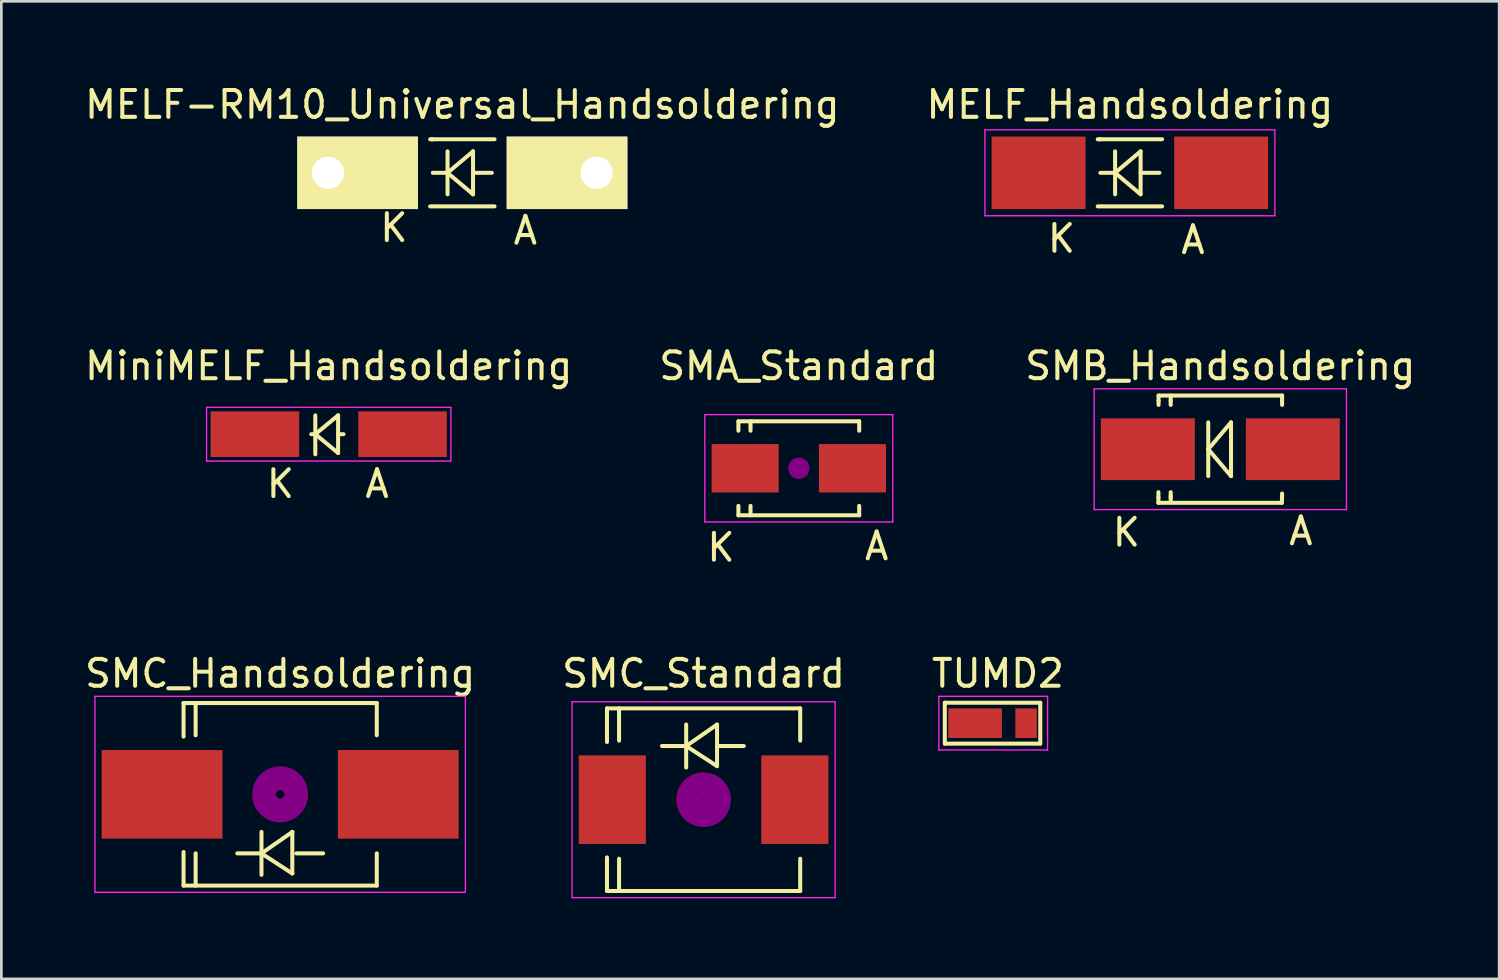
<source format=kicad_pcb>
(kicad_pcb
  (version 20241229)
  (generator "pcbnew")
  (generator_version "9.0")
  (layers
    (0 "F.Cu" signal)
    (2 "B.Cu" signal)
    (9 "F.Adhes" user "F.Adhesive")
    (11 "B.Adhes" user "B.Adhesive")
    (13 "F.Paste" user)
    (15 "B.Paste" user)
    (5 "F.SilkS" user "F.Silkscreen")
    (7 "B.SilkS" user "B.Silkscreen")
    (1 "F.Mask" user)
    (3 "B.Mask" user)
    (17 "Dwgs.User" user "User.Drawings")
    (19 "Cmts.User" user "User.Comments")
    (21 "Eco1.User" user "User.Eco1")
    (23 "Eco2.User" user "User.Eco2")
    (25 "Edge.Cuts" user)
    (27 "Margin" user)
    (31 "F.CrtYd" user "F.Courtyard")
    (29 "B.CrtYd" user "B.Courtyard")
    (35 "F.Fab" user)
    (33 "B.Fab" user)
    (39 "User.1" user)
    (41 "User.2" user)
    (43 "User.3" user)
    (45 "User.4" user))
  (footprint "SMC_Standard"
    (layer "F.Cu")
    (at 23.161 26.741)
    (property "Reference" "SMC_Standard" (at 0 -4.7 0) (layer "F.SilkS") (effects (font (size 1 1) (thickness 0.15))))
    (attr smd)
    (fp_line (start -3.599 -3.401) (end -3.599 -2.149) (stroke (width 0.15) (type solid)) (layer "F.SilkS"))
    (fp_line (start -3.599 -3.401) (end 3.599 -3.401) (stroke (width 0.15) (type solid)) (layer "F.SilkS"))
    (fp_line (start -3.599 3.401) (end -3.599 2.149) (stroke (width 0.15) (type solid)) (layer "F.SilkS"))
    (fp_line (start -3.599 3.401) (end 3.599 3.401) (stroke (width 0.15) (type solid)) (layer "F.SilkS"))
    (fp_line (start -3.149 -3.401) (end -3.149 -2.2) (stroke (width 0.15) (type solid)) (layer "F.SilkS"))
    (fp_line (start -3.149 3.401) (end -3.149 2.2) (stroke (width 0.15) (type solid)) (layer "F.SilkS"))
    (fp_line (start -0.649 -2.799) (end -0.649 -1.199) (stroke (width 0.15) (type solid)) (layer "F.SilkS"))
    (fp_line (start -0.649 -1.999) (end -1.551 -1.999) (stroke (width 0.15) (type solid)) (layer "F.SilkS"))
    (fp_line (start -0.649 -1.999) (end 0.501 -2.799) (stroke (width 0.15) (type solid)) (layer "F.SilkS"))
    (fp_line (start -0.649 -1.999) (end 0.501 -1.25) (stroke (width 0.15) (type solid)) (layer "F.SilkS"))
    (fp_line (start 0.501 -1.999) (end 1.499 -1.999) (stroke (width 0.15) (type solid)) (layer "F.SilkS"))
    (fp_line (start 0.501 -1.25) (end 0.501 -2.799) (stroke (width 0.15) (type solid)) (layer "F.SilkS"))
    (fp_line (start 3.599 -3.401) (end 3.599 -2.2) (stroke (width 0.15) (type solid)) (layer "F.SilkS"))
    (fp_line (start 3.599 3.401) (end 3.599 2.2) (stroke (width 0.15) (type solid)) (layer "F.SilkS"))
    (fp_circle (center 0 0) (end 0.15 0.15) (stroke (width 0.381) (type solid)) (fill no) (layer "F.Adhes"))
    (fp_circle (center 0 0) (end 0.45 0.201) (stroke (width 0.381) (type solid)) (fill no) (layer "F.Adhes"))
    (fp_circle (center 0 0) (end 0.749 0.351) (stroke (width 0.381) (type solid)) (fill no) (layer "F.Adhes"))
    (fp_line (start -4.9 -3.65) (end 4.9 -3.65) (stroke (width 0.05) (type solid)) (layer "F.CrtYd"))
    (fp_line (start -4.9 3.65) (end -4.9 -3.65) (stroke (width 0.05) (type solid)) (layer "F.CrtYd"))
    (fp_line (start 4.9 -3.65) (end 4.9 3.65) (stroke (width 0.05) (type solid)) (layer "F.CrtYd"))
    (fp_line (start 4.9 3.65) (end -4.9 3.65) (stroke (width 0.05) (type solid)) (layer "F.CrtYd"))
    (pad "1" smd rect (at -3.401 0 90) (size 3.299 2.499) (layers "F.Cu" "F.Mask" "F.Paste"))
    (pad "2" smd rect (at 3.401 0 90) (size 3.299 2.499) (layers "F.Cu" "F.Mask" "F.Paste")))
  (footprint "TUMD2"
    (layer "F.Cu")
    (at 34.125 23.891)
    (property "Reference" "TUMD2" (at 0 -1.85 0) (layer "F.SilkS") (effects (font (size 1 1) (thickness 0.15))))
    (attr smd)
    (fp_line (start -1.978 -0.762) (end 1.578 -0.762) (stroke (width 0.15) (type solid)) (layer "F.SilkS"))
    (fp_line (start -1.978 0.762) (end -1.978 -0.762) (stroke (width 0.15) (type solid)) (layer "F.SilkS"))
    (fp_line (start 1.578 -0.762) (end 1.578 0.762) (stroke (width 0.15) (type solid)) (layer "F.SilkS"))
    (fp_line (start 1.578 0.762) (end -1.978 0.762) (stroke (width 0.15) (type solid)) (layer "F.SilkS"))
    (fp_line (start -2.2 -1) (end 1.85 -1) (stroke (width 0.05) (type solid)) (layer "F.CrtYd"))
    (fp_line (start -2.2 1) (end -2.2 -1) (stroke (width 0.05) (type solid)) (layer "F.CrtYd"))
    (fp_line (start 1.85 -1) (end 1.85 1) (stroke (width 0.05) (type solid)) (layer "F.CrtYd"))
    (fp_line (start 1.85 1) (end -2.2 1) (stroke (width 0.05) (type solid)) (layer "F.CrtYd"))
    (pad "1" smd rect (at -0.85 0 180) (size 2 1.1) (layers "F.Cu" "F.Mask" "F.Paste"))
    (pad "2" smd rect (at 1.05 0 180) (size 0.8 1.1) (layers "F.Cu" "F.Mask" "F.Paste")))
  (footprint "SMA_Standard"
    (layer "F.Cu")
    (at 26.708 14.395)
    (property "Reference" "SMA_Standard" (at 0 -3.81 0) (layer "F.SilkS") (effects (font (size 1 1) (thickness 0.15))))
    (attr smd)
    (fp_line (start -2.25 -1.75) (end -2.25 -1.4) (stroke (width 0.15) (type solid)) (layer "F.SilkS"))
    (fp_line (start -2.25 -1.75) (end 2.25 -1.75) (stroke (width 0.15) (type solid)) (layer "F.SilkS"))
    (fp_line (start -2.25 1.75) (end -2.25 1.4) (stroke (width 0.15) (type solid)) (layer "F.SilkS"))
    (fp_line (start -2.25 1.75) (end 2.25 1.75) (stroke (width 0.15) (type solid)) (layer "F.SilkS"))
    (fp_line (start -1.799 -1.75) (end -1.799 -1.4) (stroke (width 0.15) (type solid)) (layer "F.SilkS"))
    (fp_line (start -1.799 1.75) (end -1.799 1.4) (stroke (width 0.15) (type solid)) (layer "F.SilkS"))
    (fp_line (start 2.25 -1.75) (end 2.25 -1.4) (stroke (width 0.15) (type solid)) (layer "F.SilkS"))
    (fp_line (start 2.25 1.75) (end 2.25 1.4) (stroke (width 0.15) (type solid)) (layer "F.SilkS"))
    (fp_circle (center 0 0) (end 0.201 -0.051) (stroke (width 0.381) (type solid)) (fill no) (layer "F.Adhes"))
    (fp_line (start -3.5 -2) (end 3.5 -2) (stroke (width 0.05) (type solid)) (layer "F.CrtYd"))
    (fp_line (start -3.5 2) (end -3.5 -2) (stroke (width 0.05) (type solid)) (layer "F.CrtYd"))
    (fp_line (start 3.5 -2) (end 3.5 2) (stroke (width 0.05) (type solid)) (layer "F.CrtYd"))
    (fp_line (start 3.5 2) (end -3.5 2) (stroke (width 0.05) (type solid)) (layer "F.CrtYd"))
    (fp_text user "A" (at 2.9 2.9 0) (layer "F.SilkS") (effects (font (size 1 1) (thickness 0.15))))
    (fp_text user "K" (at -2.9 2.95 0) (layer "F.SilkS") (effects (font (size 1 1) (thickness 0.15))))
    (pad "1" smd rect (at -1.999 0) (size 2.499 1.801) (layers "F.Cu" "F.Mask" "F.Paste"))
    (pad "2" smd rect (at 1.999 0) (size 2.499 1.801) (layers "F.Cu" "F.Mask" "F.Paste")))
  (footprint "MiniMELF_Handsoldering"
    (layer "F.Cu")
    (at 9.196 13.125)
    (property "Reference" "MiniMELF_Handsoldering" (at 0 -2.54 0) (layer "F.SilkS") (effects (font (size 1 1) (thickness 0.15))))
    (attr smd)
    (fp_line (start -0.5 0) (end -0.649 0) (stroke (width 0.15) (type solid)) (layer "F.SilkS"))
    (fp_line (start -0.5 0) (end -0.5 -0.701) (stroke (width 0.15) (type solid)) (layer "F.SilkS"))
    (fp_line (start -0.5 0) (end -0.5 0.749) (stroke (width 0.15) (type solid)) (layer "F.SilkS"))
    (fp_line (start -0.5 0) (end 0.349 -0.701) (stroke (width 0.15) (type solid)) (layer "F.SilkS"))
    (fp_line (start 0.349 -0.701) (end 0.349 0.701) (stroke (width 0.15) (type solid)) (layer "F.SilkS"))
    (fp_line (start 0.349 0) (end 0.549 0) (stroke (width 0.15) (type solid)) (layer "F.SilkS"))
    (fp_line (start 0.349 0.701) (end -0.5 0) (stroke (width 0.15) (type solid)) (layer "F.SilkS"))
    (fp_line (start -4.55 -1) (end 4.55 -1) (stroke (width 0.05) (type solid)) (layer "F.CrtYd"))
    (fp_line (start -4.55 1) (end -4.55 -1) (stroke (width 0.05) (type solid)) (layer "F.CrtYd"))
    (fp_line (start 4.55 -1) (end 4.55 1) (stroke (width 0.05) (type solid)) (layer "F.CrtYd"))
    (fp_line (start 4.55 1) (end -4.55 1) (stroke (width 0.05) (type solid)) (layer "F.CrtYd"))
    (fp_text user "K" (at -1.8 1.85 0) (layer "F.SilkS") (effects (font (size 1 1) (thickness 0.15))))
    (fp_text user "A" (at 1.8 1.85 0) (layer "F.SilkS") (effects (font (size 1 1) (thickness 0.15))))
    (pad "1" smd rect (at -2.751 0) (size 3.299 1.699) (layers "F.Cu" "F.Mask" "F.Paste"))
    (pad "2" smd rect (at 2.751 0) (size 3.299 1.699) (layers "F.Cu" "F.Mask" "F.Paste")))
  (footprint "SMB_Handsoldering"
    (layer "F.Cu")
    (at 42.411 13.685)
    (property "Reference" "SMB_Handsoldering" (at 0 -3.1 0) (layer "F.SilkS") (effects (font (size 1 1) (thickness 0.15))))
    (attr smd)
    (fp_line (start -2.306 1.8) (end -2.306 1.6) (stroke (width 0.15) (type solid)) (layer "F.SilkS"))
    (fp_line (start -2.306 1.996) (end -2.306 1.798) (stroke (width 0.15) (type solid)) (layer "F.SilkS"))
    (fp_line (start -2.306 1.996) (end 2.296 1.996) (stroke (width 0.15) (type solid)) (layer "F.SilkS"))
    (fp_line (start -2.301 -1.999) (end -2.301 -1.801) (stroke (width 0.15) (type solid)) (layer "F.SilkS"))
    (fp_line (start -2.301 -1.999) (end 2.301 -1.999) (stroke (width 0.15) (type solid)) (layer "F.SilkS"))
    (fp_line (start -2.301 -1.8) (end -2.301 -1.651) (stroke (width 0.15) (type solid)) (layer "F.SilkS"))
    (fp_line (start -1.849 -1.999) (end -1.849 -1.801) (stroke (width 0.15) (type solid)) (layer "F.SilkS"))
    (fp_line (start -1.849 -1.8) (end -1.849 -1.651) (stroke (width 0.15) (type solid)) (layer "F.SilkS"))
    (fp_line (start -1.849 1.8) (end -1.849 1.601) (stroke (width 0.15) (type solid)) (layer "F.SilkS"))
    (fp_line (start -1.849 1.949) (end -1.849 1.751) (stroke (width 0.15) (type solid)) (layer "F.SilkS"))
    (fp_line (start -0.45 0) (end -0.45 -1.001) (stroke (width 0.15) (type solid)) (layer "F.SilkS"))
    (fp_line (start -0.45 0) (end -0.45 1.001) (stroke (width 0.15) (type solid)) (layer "F.SilkS"))
    (fp_line (start -0.45 0) (end 0.399 -1.001) (stroke (width 0.15) (type solid)) (layer "F.SilkS"))
    (fp_line (start 0.399 -1.001) (end 0.399 1.001) (stroke (width 0.15) (type solid)) (layer "F.SilkS"))
    (fp_line (start 0.399 1.001) (end -0.45 0) (stroke (width 0.15) (type solid)) (layer "F.SilkS"))
    (fp_line (start 2.296 1.996) (end 2.296 1.798) (stroke (width 0.15) (type solid)) (layer "F.SilkS"))
    (fp_line (start 2.301 -1.999) (end 2.301 -1.801) (stroke (width 0.15) (type solid)) (layer "F.SilkS"))
    (fp_line (start 2.301 -1.8) (end 2.301 -1.651) (stroke (width 0.15) (type solid)) (layer "F.SilkS"))
    (fp_line (start 2.301 1.8) (end 2.301 1.651) (stroke (width 0.15) (type solid)) (layer "F.SilkS"))
    (fp_line (start -4.7 -2.25) (end 4.7 -2.25) (stroke (width 0.05) (type solid)) (layer "F.CrtYd"))
    (fp_line (start -4.7 2.25) (end -4.7 -2.25) (stroke (width 0.05) (type solid)) (layer "F.CrtYd"))
    (fp_line (start 4.7 -2.25) (end 4.7 2.25) (stroke (width 0.05) (type solid)) (layer "F.CrtYd"))
    (fp_line (start 4.7 2.25) (end -4.7 2.25) (stroke (width 0.05) (type solid)) (layer "F.CrtYd"))
    (fp_text user "K" (at -3.5 3.1 0) (layer "F.SilkS") (effects (font (size 1 1) (thickness 0.15))))
    (fp_text user "A" (at 3 3.05 0) (layer "F.SilkS") (effects (font (size 1 1) (thickness 0.15))))
    (pad "1" smd rect (at -2.7 0) (size 3.5 2.301) (layers "F.Cu" "F.Mask" "F.Paste"))
    (pad "2" smd rect (at 2.7 0) (size 3.5 2.301) (layers "F.Cu" "F.Mask" "F.Paste")))
  (footprint "MELF-RM10_Universal_Handsoldering"
    (layer "F.Cu")
    (at 14.173 3.388)
    (property "Reference" "MELF-RM10_Universal_Handsoldering" (at 0 -2.54 0) (layer "F.SilkS") (effects (font (size 1 1) (thickness 0.15))))
    (attr through_hole)
    (fp_line (start -1.1 -1.25) (end -1.199 -1.25) (stroke (width 0.15) (type solid)) (layer "F.SilkS"))
    (fp_line (start -1.1 1.25) (end -1.199 1.25) (stroke (width 0.15) (type solid)) (layer "F.SilkS"))
    (fp_line (start -0.551 0) (end -1.1 0) (stroke (width 0.15) (type solid)) (layer "F.SilkS"))
    (fp_line (start -0.551 0) (end -0.551 -0.8) (stroke (width 0.15) (type solid)) (layer "F.SilkS"))
    (fp_line (start -0.551 0) (end -0.551 0.8) (stroke (width 0.15) (type solid)) (layer "F.SilkS"))
    (fp_line (start -0.551 0) (end 0.399 -0.8) (stroke (width 0.15) (type solid)) (layer "F.SilkS"))
    (fp_line (start 0.399 -0.8) (end 0.399 0.8) (stroke (width 0.15) (type solid)) (layer "F.SilkS"))
    (fp_line (start 0.399 0) (end 1.1 0) (stroke (width 0.15) (type solid)) (layer "F.SilkS"))
    (fp_line (start 0.399 0.8) (end -0.551 0) (stroke (width 0.15) (type solid)) (layer "F.SilkS"))
    (fp_line (start 1.199 -1.25) (end -1.151 -1.25) (stroke (width 0.15) (type solid)) (layer "F.SilkS"))
    (fp_line (start 1.199 1.25) (end -1.049 1.25) (stroke (width 0.15) (type solid)) (layer "F.SilkS"))
    (fp_text user "A" (at 2.349 2.149 0) (layer "F.SilkS") (effects (font (size 1 1) (thickness 0.15))))
    (fp_text user "K" (at -2.55 2.05 0) (layer "F.SilkS") (effects (font (size 1 1) (thickness 0.15))))
    (pad "1" thru_hole rect (at -5.001 0) (size 4.498 2.7) (drill 1.199 (offset 1.1 0)) (layers "*.Cu" "*.Mask" "F.SilkS"))
    (pad "2" thru_hole rect (at 5.001 0 180) (size 4.498 2.7) (drill 1.199 (offset 1.1 0)) (layers "*.Cu" "*.Mask" "F.SilkS")))
  (footprint "MELF_Handsoldering"
    (layer "F.Cu")
    (at 39.042 3.388)
    (property "Reference" "MELF_Handsoldering" (at 0 -2.54 0) (layer "F.SilkS") (effects (font (size 1 1) (thickness 0.15))))
    (attr smd)
    (fp_line (start -1.1 -1.25) (end -1.199 -1.25) (stroke (width 0.15) (type solid)) (layer "F.SilkS"))
    (fp_line (start -1.1 1.25) (end -1.199 1.25) (stroke (width 0.15) (type solid)) (layer "F.SilkS"))
    (fp_line (start -0.551 0) (end -1.1 0) (stroke (width 0.15) (type solid)) (layer "F.SilkS"))
    (fp_line (start -0.551 0) (end -0.551 -0.8) (stroke (width 0.15) (type solid)) (layer "F.SilkS"))
    (fp_line (start -0.551 0) (end -0.551 0.8) (stroke (width 0.15) (type solid)) (layer "F.SilkS"))
    (fp_line (start -0.551 0) (end 0.399 -0.8) (stroke (width 0.15) (type solid)) (layer "F.SilkS"))
    (fp_line (start 0.399 -0.8) (end 0.399 0.8) (stroke (width 0.15) (type solid)) (layer "F.SilkS"))
    (fp_line (start 0.399 0) (end 1.1 0) (stroke (width 0.15) (type solid)) (layer "F.SilkS"))
    (fp_line (start 0.399 0.8) (end -0.551 0) (stroke (width 0.15) (type solid)) (layer "F.SilkS"))
    (fp_line (start 1.199 -1.25) (end -1.151 -1.25) (stroke (width 0.15) (type solid)) (layer "F.SilkS"))
    (fp_line (start 1.199 1.25) (end -1.049 1.25) (stroke (width 0.15) (type solid)) (layer "F.SilkS"))
    (fp_line (start -5.4 -1.6) (end 5.4 -1.6) (stroke (width 0.05) (type solid)) (layer "F.CrtYd"))
    (fp_line (start -5.4 1.6) (end -5.4 -1.6) (stroke (width 0.05) (type solid)) (layer "F.CrtYd"))
    (fp_line (start 5.4 -1.6) (end 5.4 1.6) (stroke (width 0.05) (type solid)) (layer "F.CrtYd"))
    (fp_line (start 5.4 1.6) (end -5.4 1.6) (stroke (width 0.05) (type solid)) (layer "F.CrtYd"))
    (fp_text user "K" (at -2.55 2.45 0) (layer "F.SilkS") (effects (font (size 1 1) (thickness 0.15))))
    (fp_text user "A" (at 2.35 2.5 0) (layer "F.SilkS") (effects (font (size 1 1) (thickness 0.15))))
    (pad "1" smd rect (at -3.401 0) (size 3.5 2.7) (layers "F.Cu" "F.Mask" "F.Paste"))
    (pad "2" smd rect (at 3.401 0) (size 3.5 2.7) (layers "F.Cu" "F.Mask" "F.Paste")))
  (footprint "SMC_Handsoldering"
    (layer "F.Cu")
    (at 7.387 26.541)
    (property "Reference" "SMC_Handsoldering" (at 0 -4.5 0) (layer "F.SilkS") (effects (font (size 1 1) (thickness 0.15))))
    (attr smd)
    (fp_line (start -3.599 -3.401) (end -3.599 -2.149) (stroke (width 0.15) (type solid)) (layer "F.SilkS"))
    (fp_line (start -3.599 -3.401) (end 3.599 -3.401) (stroke (width 0.15) (type solid)) (layer "F.SilkS"))
    (fp_line (start -3.599 3.401) (end -3.599 2.149) (stroke (width 0.15) (type solid)) (layer "F.SilkS"))
    (fp_line (start -3.599 3.401) (end 3.599 3.401) (stroke (width 0.15) (type solid)) (layer "F.SilkS"))
    (fp_line (start -3.149 -3.401) (end -3.149 -2.2) (stroke (width 0.15) (type solid)) (layer "F.SilkS"))
    (fp_line (start -3.149 3.401) (end -3.149 2.2) (stroke (width 0.15) (type solid)) (layer "F.SilkS"))
    (fp_line (start -0.699 2.2) (end 0.452 2.949) (stroke (width 0.15) (type solid)) (layer "F.SilkS"))
    (fp_line (start -0.696 1.4) (end -0.696 3) (stroke (width 0.15) (type solid)) (layer "F.SilkS"))
    (fp_line (start -0.696 2.2) (end -1.598 2.2) (stroke (width 0.15) (type solid)) (layer "F.SilkS"))
    (fp_line (start -0.696 2.2) (end 0.455 1.4) (stroke (width 0.15) (type solid)) (layer "F.SilkS"))
    (fp_line (start 0.452 2.949) (end 0.452 1.4) (stroke (width 0.15) (type solid)) (layer "F.SilkS"))
    (fp_line (start 0.602 2.2) (end 1.6 2.2) (stroke (width 0.15) (type solid)) (layer "F.SilkS"))
    (fp_line (start 3.599 -3.401) (end 3.599 -2.2) (stroke (width 0.15) (type solid)) (layer "F.SilkS"))
    (fp_line (start 3.599 3.401) (end 3.599 2.2) (stroke (width 0.15) (type solid)) (layer "F.SilkS"))
    (fp_circle (center 0 0) (end 0.15 0.051) (stroke (width 0.381) (type solid)) (fill no) (layer "F.Adhes"))
    (fp_circle (center 0 0) (end 0.5 0.051) (stroke (width 0.381) (type solid)) (fill no) (layer "F.Adhes"))
    (fp_circle (center 0 0) (end 0.851 0.051) (stroke (width 0.381) (type solid)) (fill no) (layer "F.Adhes"))
    (fp_line (start -6.9 -3.65) (end 6.9 -3.65) (stroke (width 0.05) (type solid)) (layer "F.CrtYd"))
    (fp_line (start -6.9 3.65) (end -6.9 -3.65) (stroke (width 0.05) (type solid)) (layer "F.CrtYd"))
    (fp_line (start 6.9 -3.65) (end 6.9 3.65) (stroke (width 0.05) (type solid)) (layer "F.CrtYd"))
    (fp_line (start 6.9 3.65) (end -6.9 3.65) (stroke (width 0.05) (type solid)) (layer "F.CrtYd"))
    (pad "1" smd rect (at -4.399 0 90) (size 3.299 4.501) (layers "F.Cu" "F.Mask" "F.Paste"))
    (pad "2" smd rect (at 4.399 0 90) (size 3.299 4.498) (layers "F.Cu" "F.Mask" "F.Paste")))
  (gr_rect
    (start -3 -3)
    (end 52.798 33.416)
    (stroke (width 0.1) (type default))
    (fill no)
    (layer "Edge.Cuts")))
</source>
